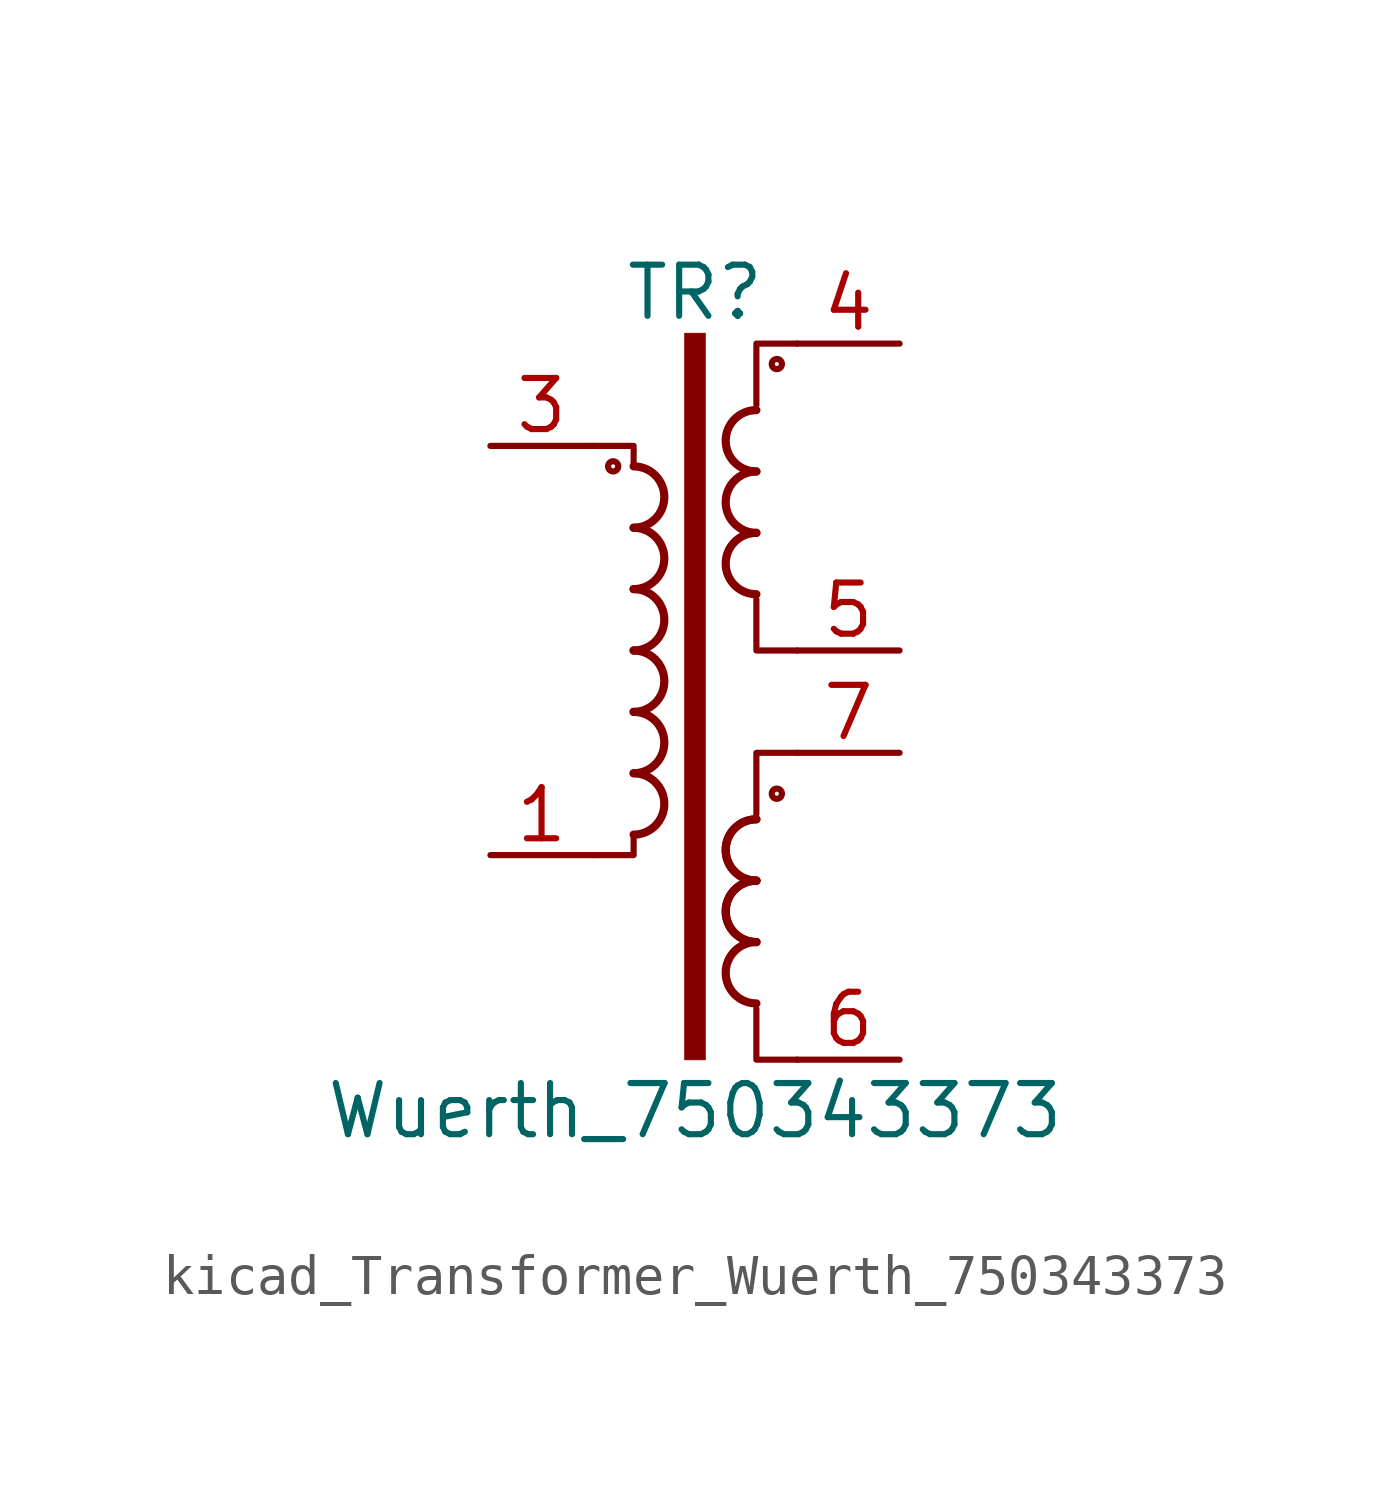
<source format=kicad_sym>
(kicad_symbol_lib
  (version 20220914)
  (generator kicad_symbol_editor)
  (symbol "kicad_Transformer_Wuerth_750343373"
    (property "Reference" "TR"
      (at 0 8.89 0)
      (effects (font (size 1.27 1.27))))
    (property "Value" "Wuerth_750343373"
      (at 0 -11.43 0)
      (effects (font (size 1.27 1.27))))
    (symbol "kicad_Transformer_Wuerth_750343373_0_1"
      (circle (center -2.032 4.572) (radius 0.127) (stroke (width 0) (type default)) (fill (type none)))
      (arc (start -1.524 -4.572) (mid -0.7653 -3.81) (end -1.524 -3.048) (stroke (width 0.2032) (type default)) (fill (type none)))
      (arc (start -1.524 -3.048) (mid -0.7653 -2.286) (end -1.524 -1.524) (stroke (width 0.2032) (type default)) (fill (type none)))
      (arc (start -1.524 -1.524) (mid -0.7653 -0.762) (end -1.524 0) (stroke (width 0.2032) (type default)) (fill (type none)))
      (arc (start -1.524 0) (mid -0.7653 0.762) (end -1.524 1.524) (stroke (width 0.2032) (type default)) (fill (type none)))
      (arc (start -1.524 1.524) (mid -0.7653 2.286) (end -1.524 3.048) (stroke (width 0.2032) (type default)) (fill (type none)))
      (arc (start -1.524 3.048) (mid -0.7653 3.81) (end -1.524 4.572) (stroke (width 0.2032) (type default)) (fill (type none)))
      (rectangle (start -0.254 7.874) (end 0.254 -10.16) (stroke (width 0.025) (type default)) (fill (type outline)))
      (polyline (pts (xy -1.524 -4.572) (xy -1.524 -5.08) (xy -2.54 -5.08)) (stroke (width 0) (type default)) (fill (type none)))
      (polyline (pts (xy -1.524 4.572) (xy -1.524 5.08) (xy -2.54 5.08)) (stroke (width 0) (type default)) (fill (type none)))
      (polyline (pts (xy 1.524 -8.89) (xy 1.524 -10.16) (xy 2.54 -10.16)) (stroke (width 0) (type default)) (fill (type none)))
      (polyline (pts (xy 2.54 -2.54) (xy 1.524 -2.54) (xy 1.524 -4.064)) (stroke (width 0) (type default)) (fill (type none)))
      (polyline (pts (xy 2.54 0) (xy 1.524 0) (xy 1.524 1.27)) (stroke (width 0) (type default)) (fill (type none)))
      (polyline (pts (xy 2.54 7.62) (xy 1.524 7.62) (xy 1.524 6.096)) (stroke (width 0) (type default)) (fill (type none)))
      (arc (start 1.524 -7.239) (mid 0.7653 -8.001) (end 1.524 -8.763) (stroke (width 0.2032) (type default)) (fill (type none)))
      (arc (start 1.524 -5.715) (mid 0.7653 -6.477) (end 1.524 -7.239) (stroke (width 0.2032) (type default)) (fill (type none)))
      (arc (start 1.524 -5.715) (mid 0.7653 -6.477) (end 1.524 -7.239) (stroke (width 0.2032) (type default)) (fill (type none)))
      (arc (start 1.524 -4.191) (mid 0.7653 -4.953) (end 1.524 -5.715) (stroke (width 0.2032) (type default)) (fill (type none)))
      (arc (start 1.524 -4.191) (mid 0.7653 -4.953) (end 1.524 -5.715) (stroke (width 0.2032) (type default)) (fill (type none)))
      (arc (start 1.524 2.921) (mid 0.7653 2.159) (end 1.524 1.397) (stroke (width 0.2032) (type default)) (fill (type none)))
      (arc (start 1.524 4.445) (mid 0.7653 3.683) (end 1.524 2.921) (stroke (width 0.2032) (type default)) (fill (type none)))
      (arc (start 1.524 5.969) (mid 0.7653 5.207) (end 1.524 4.445) (stroke (width 0.2032) (type default)) (fill (type none)))
      (circle (center 2.032 -3.556) (radius 0.127) (stroke (width 0) (type default)) (fill (type none)))
      (circle (center 2.032 7.112) (radius 0.127) (stroke (width 0) (type default)) (fill (type none))))
    (symbol "kicad_Transformer_Wuerth_750343373_1_1"
      (pin passive line (at -5.08 -5.08 0) (length 2.54) (name "~" (effects (font (size 1.27 1.27)))) (number "1" (effects (font (size 1.27 1.27)))))
      (pin no_connect line (at 0 -7.62 0) (length 2.54) hide (name "~" (effects (font (size 1.27 1.27)))) (number "10" (effects (font (size 1.27 1.27)))))
      (pin no_connect line (at 0 2.54 180) (length 2.54) hide (name "~" (effects (font (size 1.27 1.27)))) (number "2" (effects (font (size 1.27 1.27)))))
      (pin passive line (at -5.08 5.08 0) (length 2.54) (name "~" (effects (font (size 1.27 1.27)))) (number "3" (effects (font (size 1.27 1.27)))))
      (pin passive line (at 5.08 7.62 180) (length 2.54) (name "~" (effects (font (size 1.27 1.27)))) (number "4" (effects (font (size 1.27 1.27)))))
      (pin passive line (at 5.08 0 180) (length 2.54) (name "~" (effects (font (size 1.27 1.27)))) (number "5" (effects (font (size 1.27 1.27)))))
      (pin passive line (at 5.08 -10.16 180) (length 2.54) (name "~" (effects (font (size 1.27 1.27)))) (number "6" (effects (font (size 1.27 1.27)))))
      (pin passive line (at 5.08 -2.54 180) (length 2.54) (name "~" (effects (font (size 1.27 1.27)))) (number "7" (effects (font (size 1.27 1.27)))))
      (pin no_connect line (at 0 0 180) (length 2.54) hide (name "~" (effects (font (size 1.27 1.27)))) (number "8" (effects (font (size 1.27 1.27)))))
      (pin no_connect line (at 0 -2.54 180) (length 2.54) hide (name "~" (effects (font (size 1.27 1.27)))) (number "9" (effects (font (size 1.27 1.27))))))))
</source>
